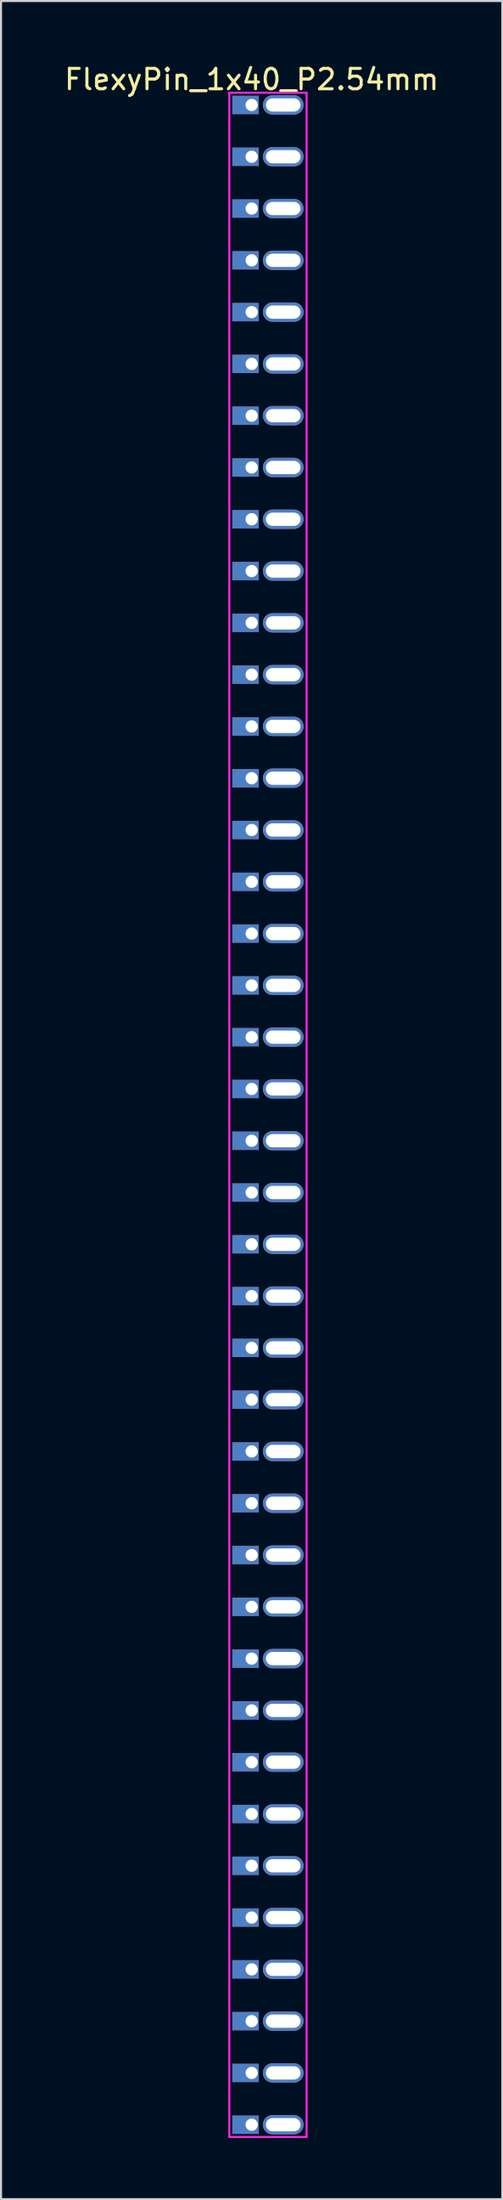
<source format=kicad_pcb>
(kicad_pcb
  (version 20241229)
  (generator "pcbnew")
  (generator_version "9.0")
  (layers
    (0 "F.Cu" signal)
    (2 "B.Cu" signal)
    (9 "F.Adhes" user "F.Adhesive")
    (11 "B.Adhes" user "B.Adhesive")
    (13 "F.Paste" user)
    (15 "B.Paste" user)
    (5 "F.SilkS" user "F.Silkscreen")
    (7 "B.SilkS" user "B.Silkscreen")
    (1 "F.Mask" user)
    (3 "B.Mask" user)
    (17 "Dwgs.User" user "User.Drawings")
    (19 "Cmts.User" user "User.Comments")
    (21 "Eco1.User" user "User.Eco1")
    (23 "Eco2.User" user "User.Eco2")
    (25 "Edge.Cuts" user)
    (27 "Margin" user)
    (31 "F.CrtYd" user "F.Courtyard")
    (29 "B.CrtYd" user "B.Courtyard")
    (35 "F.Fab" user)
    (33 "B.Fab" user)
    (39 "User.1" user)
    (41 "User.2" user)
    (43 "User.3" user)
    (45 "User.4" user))
  (footprint "FlexyPin_1x40_P2.54mm"
    (layer "F.Cu")
    (at 9.315 2.098)
    (property "Reference" "FlexyPin_1x40_P2.54mm" (at 0 -1.25 0) (layer "F.SilkS") (effects (font (size 1 1) (thickness 0.15))))
    (attr through_hole)
    (fp_line (start -1.1 -0.6) (end 2.7 -0.6) (stroke (width 0.1) (type solid)) (layer "F.CrtYd"))
    (fp_line (start -1.1 99.66) (end -1.1 -0.6) (stroke (width 0.1) (type solid)) (layer "F.CrtYd"))
    (fp_line (start 2.7 -0.6) (end 2.7 99.66) (stroke (width 0.1) (type solid)) (layer "F.CrtYd"))
    (fp_line (start 2.7 99.66) (end -1.1 99.66) (stroke (width 0.1) (type solid)) (layer "F.CrtYd"))
    (pad "" thru_hole oval (at 1.55 0) (size 2 0.95) (drill oval 1.7 0.65) (layers "*.Cu" "*.Mask"))
    (pad "" thru_hole oval (at 1.55 2.54) (size 2 0.95) (drill oval 1.7 0.65) (layers "*.Cu" "*.Mask"))
    (pad "" thru_hole oval (at 1.55 5.08) (size 2 0.95) (drill oval 1.7 0.65) (layers "*.Cu" "*.Mask"))
    (pad "" thru_hole oval (at 1.55 7.62) (size 2 0.95) (drill oval 1.7 0.65) (layers "*.Cu" "*.Mask"))
    (pad "" thru_hole oval (at 1.55 10.16) (size 2 0.95) (drill oval 1.7 0.65) (layers "*.Cu" "*.Mask"))
    (pad "" thru_hole oval (at 1.55 12.7) (size 2 0.95) (drill oval 1.7 0.65) (layers "*.Cu" "*.Mask"))
    (pad "" thru_hole oval (at 1.55 15.24) (size 2 0.95) (drill oval 1.7 0.65) (layers "*.Cu" "*.Mask"))
    (pad "" thru_hole oval (at 1.55 17.78) (size 2 0.95) (drill oval 1.7 0.65) (layers "*.Cu" "*.Mask"))
    (pad "" thru_hole oval (at 1.55 20.32) (size 2 0.95) (drill oval 1.7 0.65) (layers "*.Cu" "*.Mask"))
    (pad "" thru_hole oval (at 1.55 22.86) (size 2 0.95) (drill oval 1.7 0.65) (layers "*.Cu" "*.Mask"))
    (pad "" thru_hole oval (at 1.55 25.4) (size 2 0.95) (drill oval 1.7 0.65) (layers "*.Cu" "*.Mask"))
    (pad "" thru_hole oval (at 1.55 27.94) (size 2 0.95) (drill oval 1.7 0.65) (layers "*.Cu" "*.Mask"))
    (pad "" thru_hole oval (at 1.55 30.48) (size 2 0.95) (drill oval 1.7 0.65) (layers "*.Cu" "*.Mask"))
    (pad "" thru_hole oval (at 1.55 33.02) (size 2 0.95) (drill oval 1.7 0.65) (layers "*.Cu" "*.Mask"))
    (pad "" thru_hole oval (at 1.55 35.56) (size 2 0.95) (drill oval 1.7 0.65) (layers "*.Cu" "*.Mask"))
    (pad "" thru_hole oval (at 1.55 38.1) (size 2 0.95) (drill oval 1.7 0.65) (layers "*.Cu" "*.Mask"))
    (pad "" thru_hole oval (at 1.55 40.64) (size 2 0.95) (drill oval 1.7 0.65) (layers "*.Cu" "*.Mask"))
    (pad "" thru_hole oval (at 1.55 43.18) (size 2 0.95) (drill oval 1.7 0.65) (layers "*.Cu" "*.Mask"))
    (pad "" thru_hole oval (at 1.55 45.72) (size 2 0.95) (drill oval 1.7 0.65) (layers "*.Cu" "*.Mask"))
    (pad "" thru_hole oval (at 1.55 48.26) (size 2 0.95) (drill oval 1.7 0.65) (layers "*.Cu" "*.Mask"))
    (pad "" thru_hole oval (at 1.55 50.8) (size 2 0.95) (drill oval 1.7 0.65) (layers "*.Cu" "*.Mask"))
    (pad "" thru_hole oval (at 1.55 53.34) (size 2 0.95) (drill oval 1.7 0.65) (layers "*.Cu" "*.Mask"))
    (pad "" thru_hole oval (at 1.55 55.88) (size 2 0.95) (drill oval 1.7 0.65) (layers "*.Cu" "*.Mask"))
    (pad "" thru_hole oval (at 1.55 58.42) (size 2 0.95) (drill oval 1.7 0.65) (layers "*.Cu" "*.Mask"))
    (pad "" thru_hole oval (at 1.55 60.96) (size 2 0.95) (drill oval 1.7 0.65) (layers "*.Cu" "*.Mask"))
    (pad "" thru_hole oval (at 1.55 63.5) (size 2 0.95) (drill oval 1.7 0.65) (layers "*.Cu" "*.Mask"))
    (pad "" thru_hole oval (at 1.55 66.04) (size 2 0.95) (drill oval 1.7 0.65) (layers "*.Cu" "*.Mask"))
    (pad "" thru_hole oval (at 1.55 68.58) (size 2 0.95) (drill oval 1.7 0.65) (layers "*.Cu" "*.Mask"))
    (pad "" thru_hole oval (at 1.55 71.12) (size 2 0.95) (drill oval 1.7 0.65) (layers "*.Cu" "*.Mask"))
    (pad "" thru_hole oval (at 1.55 73.66) (size 2 0.95) (drill oval 1.7 0.65) (layers "*.Cu" "*.Mask"))
    (pad "" thru_hole oval (at 1.55 76.2) (size 2 0.95) (drill oval 1.7 0.65) (layers "*.Cu" "*.Mask"))
    (pad "" thru_hole oval (at 1.55 78.74) (size 2 0.95) (drill oval 1.7 0.65) (layers "*.Cu" "*.Mask"))
    (pad "" thru_hole oval (at 1.55 81.28) (size 2 0.95) (drill oval 1.7 0.65) (layers "*.Cu" "*.Mask"))
    (pad "" thru_hole oval (at 1.55 83.82) (size 2 0.95) (drill oval 1.7 0.65) (layers "*.Cu" "*.Mask"))
    (pad "" thru_hole oval (at 1.55 86.36) (size 2 0.95) (drill oval 1.7 0.65) (layers "*.Cu" "*.Mask"))
    (pad "" thru_hole oval (at 1.55 88.9) (size 2 0.95) (drill oval 1.7 0.65) (layers "*.Cu" "*.Mask"))
    (pad "" thru_hole oval (at 1.55 91.44) (size 2 0.95) (drill oval 1.7 0.65) (layers "*.Cu" "*.Mask"))
    (pad "" thru_hole oval (at 1.55 93.98) (size 2 0.95) (drill oval 1.7 0.65) (layers "*.Cu" "*.Mask"))
    (pad "" thru_hole oval (at 1.55 96.52) (size 2 0.95) (drill oval 1.7 0.65) (layers "*.Cu" "*.Mask"))
    (pad "" thru_hole oval (at 1.55 99.06) (size 2 0.95) (drill oval 1.7 0.65) (layers "*.Cu" "*.Mask"))
    (pad "1" thru_hole rect (at 0 0) (size 1.3 0.9) (drill 0.6 (offset -0.3 0)) (layers "*.Cu" "*.Mask"))
    (pad "2" thru_hole rect (at 0 2.54) (size 1.3 0.9) (drill 0.6 (offset -0.3 0)) (layers "*.Cu" "*.Mask"))
    (pad "3" thru_hole rect (at 0 5.08) (size 1.3 0.9) (drill 0.6 (offset -0.3 0)) (layers "*.Cu" "*.Mask"))
    (pad "4" thru_hole rect (at 0 7.62) (size 1.3 0.9) (drill 0.6 (offset -0.3 0)) (layers "*.Cu" "*.Mask"))
    (pad "5" thru_hole rect (at 0 10.16) (size 1.3 0.9) (drill 0.6 (offset -0.3 0)) (layers "*.Cu" "*.Mask"))
    (pad "6" thru_hole rect (at 0 12.7) (size 1.3 0.9) (drill 0.6 (offset -0.3 0)) (layers "*.Cu" "*.Mask"))
    (pad "7" thru_hole rect (at 0 15.24) (size 1.3 0.9) (drill 0.6 (offset -0.3 0)) (layers "*.Cu" "*.Mask"))
    (pad "8" thru_hole rect (at 0 17.78) (size 1.3 0.9) (drill 0.6 (offset -0.3 0)) (layers "*.Cu" "*.Mask"))
    (pad "9" thru_hole rect (at 0 20.32) (size 1.3 0.9) (drill 0.6 (offset -0.3 0)) (layers "*.Cu" "*.Mask"))
    (pad "10" thru_hole rect (at 0 22.86) (size 1.3 0.9) (drill 0.6 (offset -0.3 0)) (layers "*.Cu" "*.Mask"))
    (pad "11" thru_hole rect (at 0 25.4) (size 1.3 0.9) (drill 0.6 (offset -0.3 0)) (layers "*.Cu" "*.Mask"))
    (pad "12" thru_hole rect (at 0 27.94) (size 1.3 0.9) (drill 0.6 (offset -0.3 0)) (layers "*.Cu" "*.Mask"))
    (pad "13" thru_hole rect (at 0 30.48) (size 1.3 0.9) (drill 0.6 (offset -0.3 0)) (layers "*.Cu" "*.Mask"))
    (pad "14" thru_hole rect (at 0 33.02) (size 1.3 0.9) (drill 0.6 (offset -0.3 0)) (layers "*.Cu" "*.Mask"))
    (pad "15" thru_hole rect (at 0 35.56) (size 1.3 0.9) (drill 0.6 (offset -0.3 0)) (layers "*.Cu" "*.Mask"))
    (pad "16" thru_hole rect (at 0 38.1) (size 1.3 0.9) (drill 0.6 (offset -0.3 0)) (layers "*.Cu" "*.Mask"))
    (pad "17" thru_hole rect (at 0 40.64) (size 1.3 0.9) (drill 0.6 (offset -0.3 0)) (layers "*.Cu" "*.Mask"))
    (pad "18" thru_hole rect (at 0 43.18) (size 1.3 0.9) (drill 0.6 (offset -0.3 0)) (layers "*.Cu" "*.Mask"))
    (pad "19" thru_hole rect (at 0 45.72) (size 1.3 0.9) (drill 0.6 (offset -0.3 0)) (layers "*.Cu" "*.Mask"))
    (pad "20" thru_hole rect (at 0 48.26) (size 1.3 0.9) (drill 0.6 (offset -0.3 0)) (layers "*.Cu" "*.Mask"))
    (pad "21" thru_hole rect (at 0 50.8) (size 1.3 0.9) (drill 0.6 (offset -0.3 0)) (layers "*.Cu" "*.Mask"))
    (pad "22" thru_hole rect (at 0 53.34) (size 1.3 0.9) (drill 0.6 (offset -0.3 0)) (layers "*.Cu" "*.Mask"))
    (pad "23" thru_hole rect (at 0 55.88) (size 1.3 0.9) (drill 0.6 (offset -0.3 0)) (layers "*.Cu" "*.Mask"))
    (pad "24" thru_hole rect (at 0 58.42) (size 1.3 0.9) (drill 0.6 (offset -0.3 0)) (layers "*.Cu" "*.Mask"))
    (pad "25" thru_hole rect (at 0 60.96) (size 1.3 0.9) (drill 0.6 (offset -0.3 0)) (layers "*.Cu" "*.Mask"))
    (pad "26" thru_hole rect (at 0 63.5) (size 1.3 0.9) (drill 0.6 (offset -0.3 0)) (layers "*.Cu" "*.Mask"))
    (pad "27" thru_hole rect (at 0 66.04) (size 1.3 0.9) (drill 0.6 (offset -0.3 0)) (layers "*.Cu" "*.Mask"))
    (pad "28" thru_hole rect (at 0 68.58) (size 1.3 0.9) (drill 0.6 (offset -0.3 0)) (layers "*.Cu" "*.Mask"))
    (pad "29" thru_hole rect (at 0 71.12) (size 1.3 0.9) (drill 0.6 (offset -0.3 0)) (layers "*.Cu" "*.Mask"))
    (pad "30" thru_hole rect (at 0 73.66) (size 1.3 0.9) (drill 0.6 (offset -0.3 0)) (layers "*.Cu" "*.Mask"))
    (pad "31" thru_hole rect (at 0 76.2) (size 1.3 0.9) (drill 0.6 (offset -0.3 0)) (layers "*.Cu" "*.Mask"))
    (pad "32" thru_hole rect (at 0 78.74) (size 1.3 0.9) (drill 0.6 (offset -0.3 0)) (layers "*.Cu" "*.Mask"))
    (pad "33" thru_hole rect (at 0 81.28) (size 1.3 0.9) (drill 0.6 (offset -0.3 0)) (layers "*.Cu" "*.Mask"))
    (pad "34" thru_hole rect (at 0 83.82) (size 1.3 0.9) (drill 0.6 (offset -0.3 0)) (layers "*.Cu" "*.Mask"))
    (pad "35" thru_hole rect (at 0 86.36) (size 1.3 0.9) (drill 0.6 (offset -0.3 0)) (layers "*.Cu" "*.Mask"))
    (pad "36" thru_hole rect (at 0 88.9) (size 1.3 0.9) (drill 0.6 (offset -0.3 0)) (layers "*.Cu" "*.Mask"))
    (pad "37" thru_hole rect (at 0 91.44) (size 1.3 0.9) (drill 0.6 (offset -0.3 0)) (layers "*.Cu" "*.Mask"))
    (pad "38" thru_hole rect (at 0 93.98) (size 1.3 0.9) (drill 0.6 (offset -0.3 0)) (layers "*.Cu" "*.Mask"))
    (pad "39" thru_hole rect (at 0 96.52) (size 1.3 0.9) (drill 0.6 (offset -0.3 0)) (layers "*.Cu" "*.Mask"))
    (pad "40" thru_hole rect (at 0 99.06) (size 1.3 0.9) (drill 0.6 (offset -0.3 0)) (layers "*.Cu" "*.Mask")))
  (gr_rect
    (start -3 -3)
    (end 21.631 104.808)
    (stroke (width 0.1) (type default))
    (fill no)
    (layer "Edge.Cuts")))
</source>
